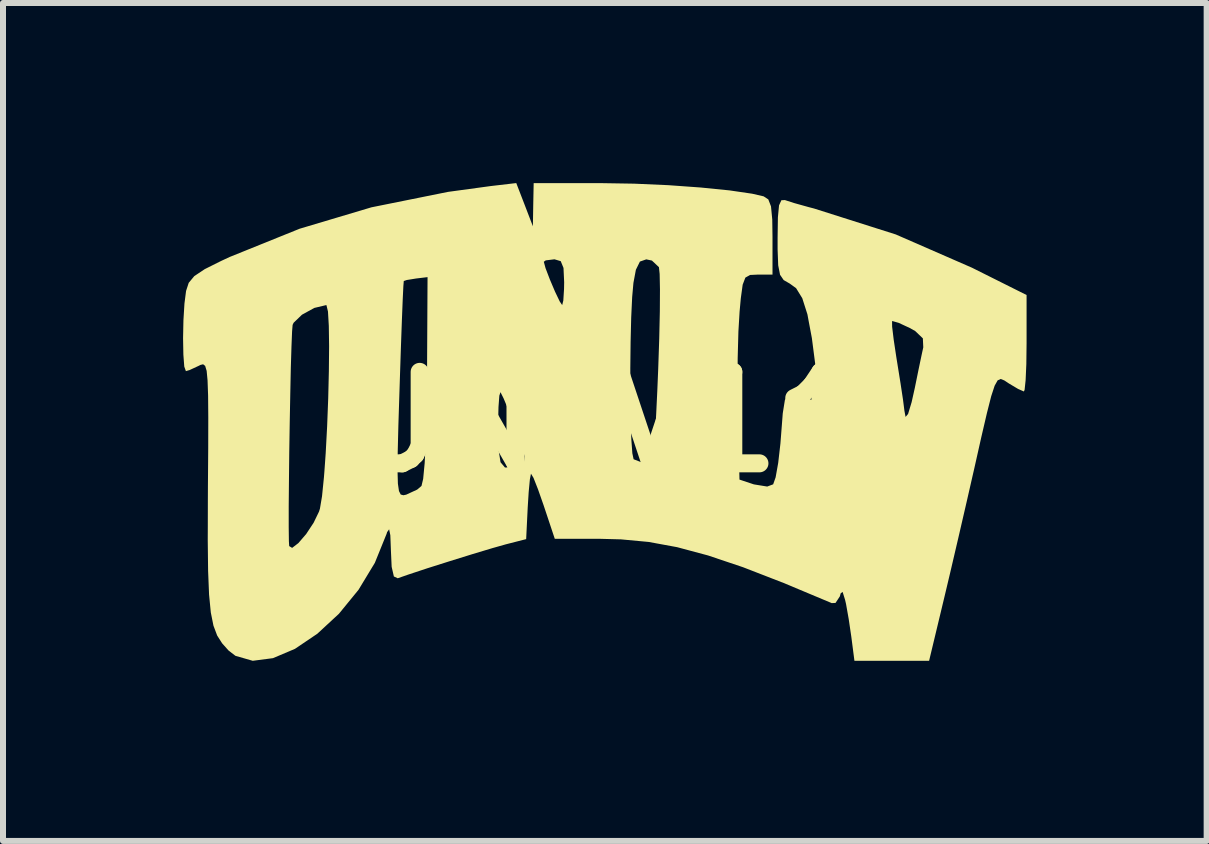
<source format=kicad_pcb>
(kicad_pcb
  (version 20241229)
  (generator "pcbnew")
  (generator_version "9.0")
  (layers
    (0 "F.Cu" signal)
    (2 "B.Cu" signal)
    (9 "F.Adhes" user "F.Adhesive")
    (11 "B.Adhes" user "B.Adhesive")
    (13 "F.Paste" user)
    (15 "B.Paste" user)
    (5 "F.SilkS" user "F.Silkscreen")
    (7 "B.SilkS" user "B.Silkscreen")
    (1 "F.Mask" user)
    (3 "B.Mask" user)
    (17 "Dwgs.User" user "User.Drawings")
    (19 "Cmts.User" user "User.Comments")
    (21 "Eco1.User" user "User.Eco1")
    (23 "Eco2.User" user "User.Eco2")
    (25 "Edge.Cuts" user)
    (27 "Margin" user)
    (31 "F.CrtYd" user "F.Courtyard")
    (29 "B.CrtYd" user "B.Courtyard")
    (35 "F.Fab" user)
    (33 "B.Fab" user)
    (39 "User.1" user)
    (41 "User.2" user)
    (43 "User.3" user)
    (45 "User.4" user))
  (footprint "UNLV11"
    (layer "F.Cu")
    (at 7.026 3.98)
    (property "Reference" "UNLV11" (at 0 0 0) (layer "F.SilkS") (effects (font (size 1.524 1.524) (thickness 0.3))))
    (attr board_only exclude_from_pos_files exclude_from_bom)
    (fp_poly (pts (xy -1.336 -3.62) (xy -1.198 -3.26) (xy -1.192 -3.619) (xy -1.185 -3.979) (xy -0.061 -3.979) (xy 0.491 -3.97) (xy 1.058 -3.945) (xy 1.599 -3.906) (xy 2.078 -3.858) (xy 2.454 -3.803) (xy 2.646 -3.759) (xy 2.724 -3.708) (xy 2.769 -3.592) (xy 2.79 -3.373) (xy 2.794 -3.085) (xy 2.794 -2.455) (xy 2.547 -2.455) (xy 2.42 -2.449) (xy 2.342 -2.405) (xy 2.297 -2.287) (xy 2.266 -2.06) (xy 2.246 -1.841) (xy 2.226 -1.508) (xy 2.214 -1.065) (xy 2.211 -0.573) (xy 2.217 -0.134) (xy 2.244 0.96) (xy 2.484 1.04) (xy 2.706 1.076) (xy 2.805 1.039) (xy 2.846 0.923) (xy 2.889 0.682) (xy 2.926 0.359) (xy 2.937 0.219) (xy 2.965 -0.144) (xy 3 -0.363) (xy 3.061 -0.463) (xy 3.17 -0.469) (xy 3.347 -0.407) (xy 3.42 -0.377) (xy 3.505 -0.353) (xy 3.547 -0.393) (xy 3.552 -0.531) (xy 3.526 -0.798) (xy 3.52 -0.854) (xy 3.45 -1.397) (xy 3.397 -1.678) (xy 4.786 -1.678) (xy 4.787 -1.588) (xy 4.813 -1.372) (xy 4.858 -1.073) (xy 4.874 -0.974) (xy 4.927 -0.644) (xy 4.968 -0.373) (xy 4.989 -0.209) (xy 4.991 -0.191) (xy 5.011 -0.084) (xy 5.053 -0.134) (xy 5.112 -0.33) (xy 5.166 -0.572) (xy 5.227 -0.872) (xy 5.281 -1.129) (xy 5.306 -1.243) (xy 5.299 -1.393) (xy 5.171 -1.515) (xy 5.08 -1.566) (xy 4.897 -1.651) (xy 4.792 -1.681) (xy 4.786 -1.678) (xy 3.397 -1.678) (xy 3.376 -1.792) (xy 3.29 -2.062) (xy 3.187 -2.229) (xy 3.082 -2.305) (xy 2.98 -2.364) (xy 2.92 -2.452) (xy 2.889 -2.609) (xy 2.879 -2.875) (xy 2.879 -3.071) (xy 2.884 -3.41) (xy 2.903 -3.609) (xy 2.942 -3.694) (xy 3 -3.697) (xy 3.155 -3.647) (xy 3.395 -3.58) (xy 3.487 -3.556) (xy 4.848 -3.124) (xy 6.117 -2.57) (xy 7.027 -2.115) (xy 7.027 -1.312) (xy 7.023 -0.966) (xy 7.011 -0.695) (xy 6.994 -0.535) (xy 6.982 -0.508) (xy 6.886 -0.55) (xy 6.733 -0.641) (xy 6.656 -0.692) (xy 6.596 -0.716) (xy 6.545 -0.693) (xy 6.495 -0.604) (xy 6.438 -0.43) (xy 6.367 -0.151) (xy 6.273 0.252) (xy 6.15 0.8) (xy 6.139 0.847) (xy 6.026 1.342) (xy 5.892 1.922) (xy 5.756 2.504) (xy 5.662 2.9) (xy 5.403 3.979) (xy 4.159 3.979) (xy 4.107 3.577) (xy 4.064 3.286) (xy 4.019 3.032) (xy 4.003 2.963) (xy 3.962 2.831) (xy 3.93 2.855) (xy 3.916 2.906) (xy 3.844 3.015) (xy 3.781 3.018) (xy 2.981 2.683) (xy 2.303 2.42) (xy 1.72 2.224) (xy 1.205 2.086) (xy 0.731 1.999) (xy 0.271 1.956) (xy -0.071 1.947) (xy -0.833 1.947) (xy -1.018 1.392) (xy -1.113 1.121) (xy -1.188 0.931) (xy -1.229 0.863) (xy -1.23 0.863) (xy -1.248 0.955) (xy -1.268 1.168) (xy -1.284 1.421) (xy -1.31 1.952) (xy -1.65 2.039) (xy -1.873 2.102) (xy -2.202 2.201) (xy -2.582 2.319) (xy -2.958 2.438) (xy -3.275 2.543) (xy -3.45 2.604) (xy -3.514 2.574) (xy -3.551 2.413) (xy -3.563 2.147) (xy -3.573 1.888) (xy -3.593 1.788) (xy -3.627 1.836) (xy -3.635 1.863) (xy -3.831 2.347) (xy -4.103 2.796) (xy -4.429 3.195) (xy -4.789 3.528) (xy -5.162 3.78) (xy -5.528 3.935) (xy -5.865 3.979) (xy -6.154 3.896) (xy -6.269 3.807) (xy -6.375 3.688) (xy -6.458 3.558) (xy -6.52 3.393) (xy -6.564 3.173) (xy -6.593 2.875) (xy -6.609 2.48) (xy -6.615 1.964) (xy -6.614 1.75) (xy -5.266 1.75) (xy -5.263 1.986) (xy -5.258 2.068) (xy -5.209 2.098) (xy -5.105 2.018) (xy -4.975 1.867) (xy -4.851 1.679) (xy -4.761 1.493) (xy -4.746 1.445) (xy -4.711 1.238) (xy -4.679 0.92) (xy -4.671 0.818) (xy -3.453 0.818) (xy -3.447 1.028) (xy -3.429 1.151) (xy -3.4 1.209) (xy -3.356 1.221) (xy -3.308 1.211) (xy -3.126 1.127) (xy -3.054 1.066) (xy -3.026 0.949) (xy -3.001 0.686) (xy -2.982 0.299) (xy -2.976 0.113) (xy -1.778 0.113) (xy -1.77 0.464) (xy -1.737 0.671) (xy -1.663 0.759) (xy -1.532 0.754) (xy -1.408 0.712) (xy -1.346 0.666) (xy -1.337 0.569) (xy -1.386 0.386) (xy -1.488 0.103) (xy -1.597 -0.18) (xy -1.686 -0.393) (xy -1.737 -0.495) (xy -1.738 -0.496) (xy -1.757 -0.438) (xy -1.771 -0.249) (xy -1.778 0.035) (xy -1.778 0.113) (xy -2.976 0.113) (xy -2.968 -0.189) (xy -2.962 -0.724) (xy -2.961 -0.896) (xy 0.425 -0.896) (xy 0.426 -0.456) (xy 0.431 -0.051) (xy 0.442 0.287) (xy 0.459 0.522) (xy 0.48 0.621) (xy 0.605 0.67) (xy 0.682 0.677) (xy 0.735 0.662) (xy 0.775 0.603) (xy 0.806 0.477) (xy 0.831 0.262) (xy 0.853 -0.065) (xy 0.875 -0.524) (xy 0.89 -0.886) (xy 0.907 -1.39) (xy 0.917 -1.841) (xy 0.919 -2.21) (xy 0.914 -2.466) (xy 0.902 -2.579) (xy 0.785 -2.689) (xy 0.691 -2.709) (xy 0.585 -2.672) (xy 0.518 -2.536) (xy 0.477 -2.317) (xy 0.456 -2.08) (xy 0.44 -1.742) (xy 0.43 -1.336) (xy 0.425 -0.896) (xy -2.961 -0.896) (xy -2.953 -2.413) (xy -3.144 -2.39) (xy -3.299 -2.365) (xy -3.349 -2.348) (xy -3.356 -2.261) (xy -3.367 -2.031) (xy -3.381 -1.68) (xy -3.397 -1.236) (xy -3.414 -0.722) (xy -3.42 -0.536) (xy -3.439 0.057) (xy -3.45 0.502) (xy -3.453 0.818) (xy -4.671 0.818) (xy -4.65 0.522) (xy -4.626 0.074) (xy -4.608 -0.392) (xy -4.597 -0.847) (xy -4.593 -1.261) (xy -4.598 -1.602) (xy -4.612 -1.84) (xy -4.637 -1.945) (xy -4.642 -1.947) (xy -4.839 -1.9) (xy -5.045 -1.787) (xy -5.184 -1.653) (xy -5.201 -1.617) (xy -5.21 -1.506) (xy -5.22 -1.256) (xy -5.231 -0.899) (xy -5.24 -0.466) (xy -5.249 0.011) (xy -5.257 0.503) (xy -5.262 0.977) (xy -5.266 1.404) (xy -5.266 1.75) (xy -6.614 1.75) (xy -6.613 1.308) (xy -6.612 1.075) (xy -6.607 0.426) (xy -6.606 -0.072) (xy -6.609 -0.439) (xy -6.618 -0.692) (xy -6.633 -0.851) (xy -6.658 -0.934) (xy -6.692 -0.961) (xy -6.737 -0.95) (xy -6.764 -0.936) (xy -6.917 -0.865) (xy -6.979 -0.847) (xy -7.006 -0.923) (xy -7.021 -1.121) (xy -7.026 -1.394) (xy -7.02 -1.693) (xy -7.003 -1.973) (xy -6.976 -2.183) (xy -6.932 -2.318) (xy -6.839 -2.43) (xy -6.665 -2.546) (xy -6.419 -2.669) (xy -1.016 -2.669) (xy -0.987 -2.562) (xy -0.916 -2.376) (xy -0.829 -2.171) (xy -0.751 -2.008) (xy -0.71 -1.947) (xy -0.691 -2.023) (xy -0.679 -2.215) (xy -0.677 -2.328) (xy -0.688 -2.566) (xy -0.734 -2.679) (xy -0.835 -2.709) (xy -0.847 -2.709) (xy -0.984 -2.692) (xy -1.016 -2.669) (xy -6.419 -2.669) (xy -6.378 -2.689) (xy -6.249 -2.749) (xy -5.085 -3.219) (xy -3.888 -3.576) (xy -2.613 -3.833) (xy -1.902 -3.93) (xy -1.475 -3.98)) (stroke (width 0) (type solid)) (fill yes) (layer "F.SilkS")))
  (gr_rect
    (start -3 -3)
    (end 17.053 10.96)
    (stroke (width 0.1) (type default))
    (fill no)
    (layer "Edge.Cuts")))
</source>
